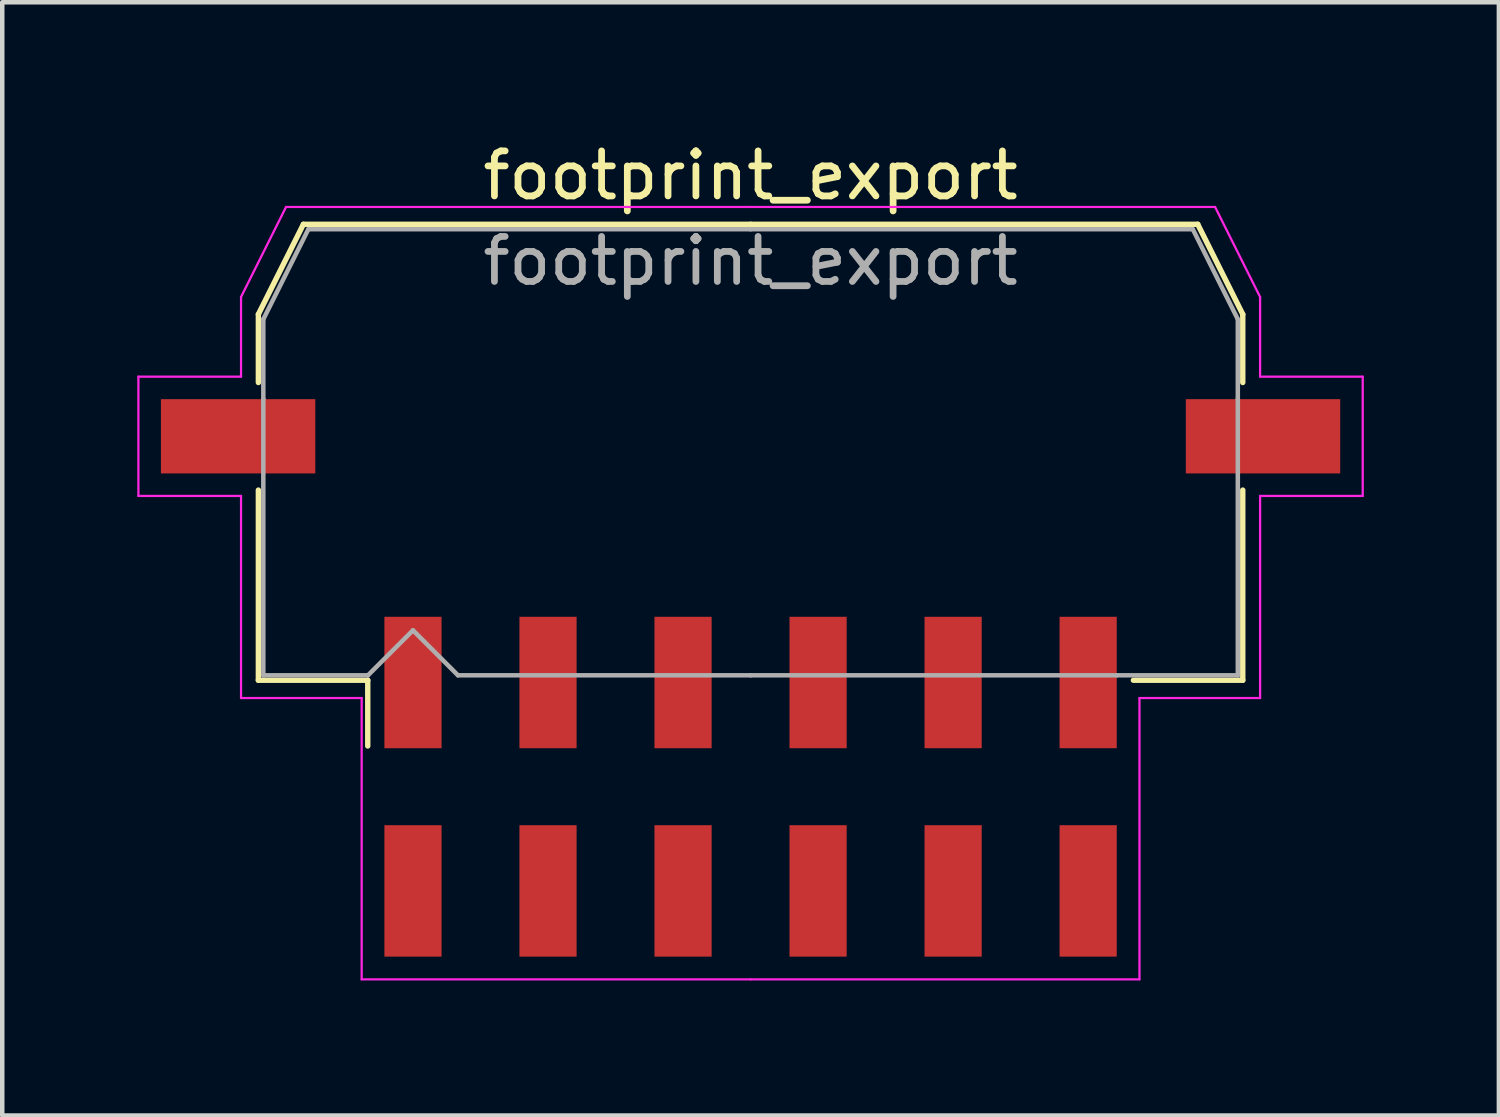
<source format=kicad_pcb>
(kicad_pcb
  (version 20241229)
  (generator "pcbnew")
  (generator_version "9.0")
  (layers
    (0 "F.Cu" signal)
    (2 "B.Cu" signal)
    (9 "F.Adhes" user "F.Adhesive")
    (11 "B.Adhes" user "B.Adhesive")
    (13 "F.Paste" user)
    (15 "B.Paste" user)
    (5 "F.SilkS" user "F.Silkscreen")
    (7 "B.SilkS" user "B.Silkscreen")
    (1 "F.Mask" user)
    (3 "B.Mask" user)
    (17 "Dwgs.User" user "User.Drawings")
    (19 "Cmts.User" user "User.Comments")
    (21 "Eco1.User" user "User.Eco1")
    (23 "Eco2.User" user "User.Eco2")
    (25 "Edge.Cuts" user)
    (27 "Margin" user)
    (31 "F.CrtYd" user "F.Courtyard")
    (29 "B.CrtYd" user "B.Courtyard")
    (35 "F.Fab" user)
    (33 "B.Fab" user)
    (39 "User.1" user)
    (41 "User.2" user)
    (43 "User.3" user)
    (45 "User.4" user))
  (footprint "footprint_export"
    (layer "F.Cu")
    (at 13.625 14.428)
    (property "Reference" "footprint_export" (at 0 -13.58 0) (layer "F.SilkS") (effects (font (size 1 1) (thickness 0.15))))
    (attr smd)
    (fp_line (start -10.935 -10.495) (end -10.935 -8.98) (stroke (width 0.12) (type solid)) (layer "F.SilkS"))
    (fp_line (start -10.935 -6.59) (end -10.935 -2.365) (stroke (width 0.12) (type solid)) (layer "F.SilkS"))
    (fp_line (start -10.935 -2.365) (end -8.505 -2.365) (stroke (width 0.12) (type solid)) (layer "F.SilkS"))
    (fp_line (start -9.935 -12.495) (end -10.935 -10.495) (stroke (width 0.12) (type solid)) (layer "F.SilkS"))
    (fp_line (start -8.505 -2.365) (end -8.505 -0.905) (stroke (width 0.12) (type solid)) (layer "F.SilkS"))
    (fp_line (start 0 -12.495) (end -9.935 -12.495) (stroke (width 0.12) (type solid)) (layer "F.SilkS"))
    (fp_line (start 0 -12.495) (end 9.935 -12.495) (stroke (width 0.12) (type solid)) (layer "F.SilkS"))
    (fp_line (start 9.935 -12.495) (end 10.935 -10.495) (stroke (width 0.12) (type solid)) (layer "F.SilkS"))
    (fp_line (start 10.935 -10.495) (end 10.935 -8.98) (stroke (width 0.12) (type solid)) (layer "F.SilkS"))
    (fp_line (start 10.935 -6.59) (end 10.935 -2.365) (stroke (width 0.12) (type solid)) (layer "F.SilkS"))
    (fp_line (start 10.935 -2.365) (end 8.505 -2.365) (stroke (width 0.12) (type solid)) (layer "F.SilkS"))
    (fp_line (start -13.6 -9.11) (end -13.6 -6.46) (stroke (width 0.05) (type solid)) (layer "F.CrtYd"))
    (fp_line (start -13.6 -6.46) (end -11.32 -6.46) (stroke (width 0.05) (type solid)) (layer "F.CrtYd"))
    (fp_line (start -11.32 -10.88) (end -11.32 -9.11) (stroke (width 0.05) (type solid)) (layer "F.CrtYd"))
    (fp_line (start -11.32 -9.11) (end -13.6 -9.11) (stroke (width 0.05) (type solid)) (layer "F.CrtYd"))
    (fp_line (start -11.32 -6.46) (end -11.32 -1.97) (stroke (width 0.05) (type solid)) (layer "F.CrtYd"))
    (fp_line (start -11.32 -1.97) (end -8.64 -1.97) (stroke (width 0.05) (type solid)) (layer "F.CrtYd"))
    (fp_line (start -10.32 -12.88) (end -11.32 -10.88) (stroke (width 0.05) (type solid)) (layer "F.CrtYd"))
    (fp_line (start -8.64 -1.97) (end -8.64 4.28) (stroke (width 0.05) (type solid)) (layer "F.CrtYd"))
    (fp_line (start -8.64 4.28) (end 0 4.28) (stroke (width 0.05) (type solid)) (layer "F.CrtYd"))
    (fp_line (start 0 -12.88) (end -10.32 -12.88) (stroke (width 0.05) (type solid)) (layer "F.CrtYd"))
    (fp_line (start 0 -12.88) (end 10.32 -12.88) (stroke (width 0.05) (type solid)) (layer "F.CrtYd"))
    (fp_line (start 8.64 -1.97) (end 8.64 4.28) (stroke (width 0.05) (type solid)) (layer "F.CrtYd"))
    (fp_line (start 8.64 4.28) (end 0 4.28) (stroke (width 0.05) (type solid)) (layer "F.CrtYd"))
    (fp_line (start 10.32 -12.88) (end 11.32 -10.88) (stroke (width 0.05) (type solid)) (layer "F.CrtYd"))
    (fp_line (start 11.32 -10.88) (end 11.32 -9.11) (stroke (width 0.05) (type solid)) (layer "F.CrtYd"))
    (fp_line (start 11.32 -9.11) (end 13.6 -9.11) (stroke (width 0.05) (type solid)) (layer "F.CrtYd"))
    (fp_line (start 11.32 -6.46) (end 11.32 -1.97) (stroke (width 0.05) (type solid)) (layer "F.CrtYd"))
    (fp_line (start 11.32 -1.97) (end 8.64 -1.97) (stroke (width 0.05) (type solid)) (layer "F.CrtYd"))
    (fp_line (start 13.6 -9.11) (end 13.6 -6.46) (stroke (width 0.05) (type solid)) (layer "F.CrtYd"))
    (fp_line (start 13.6 -6.46) (end 11.32 -6.46) (stroke (width 0.05) (type solid)) (layer "F.CrtYd"))
    (fp_line (start -10.825 -10.385) (end -10.825 -8.61) (stroke (width 0.1) (type solid)) (layer "F.Fab"))
    (fp_line (start -10.825 -8.61) (end -10.825 -2.475) (stroke (width 0.1) (type solid)) (layer "F.Fab"))
    (fp_line (start -10.825 -2.475) (end -8.5 -2.475) (stroke (width 0.1) (type solid)) (layer "F.Fab"))
    (fp_line (start -9.825 -12.385) (end -10.825 -10.385) (stroke (width 0.1) (type solid)) (layer "F.Fab"))
    (fp_line (start -8.5 -2.475) (end -7.5 -3.475) (stroke (width 0.1) (type solid)) (layer "F.Fab"))
    (fp_line (start -7.5 -3.475) (end -6.5 -2.475) (stroke (width 0.1) (type solid)) (layer "F.Fab"))
    (fp_line (start -6.5 -2.475) (end 0 -2.475) (stroke (width 0.1) (type solid)) (layer "F.Fab"))
    (fp_line (start 0 -12.385) (end -9.825 -12.385) (stroke (width 0.1) (type solid)) (layer "F.Fab"))
    (fp_line (start 0 -12.385) (end 9.825 -12.385) (stroke (width 0.1) (type solid)) (layer "F.Fab"))
    (fp_line (start 8.135 -2.475) (end 0 -2.475) (stroke (width 0.1) (type solid)) (layer "F.Fab"))
    (fp_line (start 9.825 -12.385) (end 10.825 -10.385) (stroke (width 0.1) (type solid)) (layer "F.Fab"))
    (fp_line (start 10.825 -10.385) (end 10.825 -8.61) (stroke (width 0.1) (type solid)) (layer "F.Fab"))
    (fp_line (start 10.825 -8.61) (end 10.825 -2.475) (stroke (width 0.1) (type solid)) (layer "F.Fab"))
    (fp_line (start 10.825 -2.475) (end 8.135 -2.475) (stroke (width 0.1) (type solid)) (layer "F.Fab"))
    (fp_text user "${REFERENCE}" (at 0 -11.68 0) (layer "F.Fab") (effects (font (size 1 1) (thickness 0.15))))
    (pad "1" smd rect (at -7.5 -2.315) (size 1.27 2.92) (layers "F.Cu" "F.Mask" "F.Paste"))
    (pad "2" smd rect (at -4.5 -2.315) (size 1.27 2.92) (layers "F.Cu" "F.Mask" "F.Paste"))
    (pad "3" smd rect (at -1.5 -2.315) (size 1.27 2.92) (layers "F.Cu" "F.Mask" "F.Paste"))
    (pad "4" smd rect (at 1.5 -2.315) (size 1.27 2.92) (layers "F.Cu" "F.Mask" "F.Paste"))
    (pad "5" smd rect (at 4.5 -2.315) (size 1.27 2.92) (layers "F.Cu" "F.Mask" "F.Paste"))
    (pad "6" smd rect (at 7.5 -2.315) (size 1.27 2.92) (layers "F.Cu" "F.Mask" "F.Paste"))
    (pad "7" smd rect (at -7.5 2.315) (size 1.27 2.92) (layers "F.Cu" "F.Mask" "F.Paste"))
    (pad "8" smd rect (at -4.5 2.315) (size 1.27 2.92) (layers "F.Cu" "F.Mask" "F.Paste"))
    (pad "9" smd rect (at -1.5 2.315) (size 1.27 2.92) (layers "F.Cu" "F.Mask" "F.Paste"))
    (pad "10" smd rect (at 1.5 2.315) (size 1.27 2.92) (layers "F.Cu" "F.Mask" "F.Paste"))
    (pad "11" smd rect (at 4.5 2.315) (size 1.27 2.92) (layers "F.Cu" "F.Mask" "F.Paste"))
    (pad "12" smd rect (at 7.5 2.315) (size 1.27 2.92) (layers "F.Cu" "F.Mask" "F.Paste"))
    (pad "MP" smd rect (at -11.385 -7.785) (size 3.43 1.65) (layers "F.Cu" "F.Mask" "F.Paste"))
    (pad "MP" smd rect (at 11.385 -7.785) (size 3.43 1.65) (layers "F.Cu" "F.Mask" "F.Paste")))
  (gr_rect
    (start -3 -3)
    (end 30.25 21.733)
    (stroke (width 0.1) (type default))
    (fill no)
    (layer "Edge.Cuts")))
</source>
